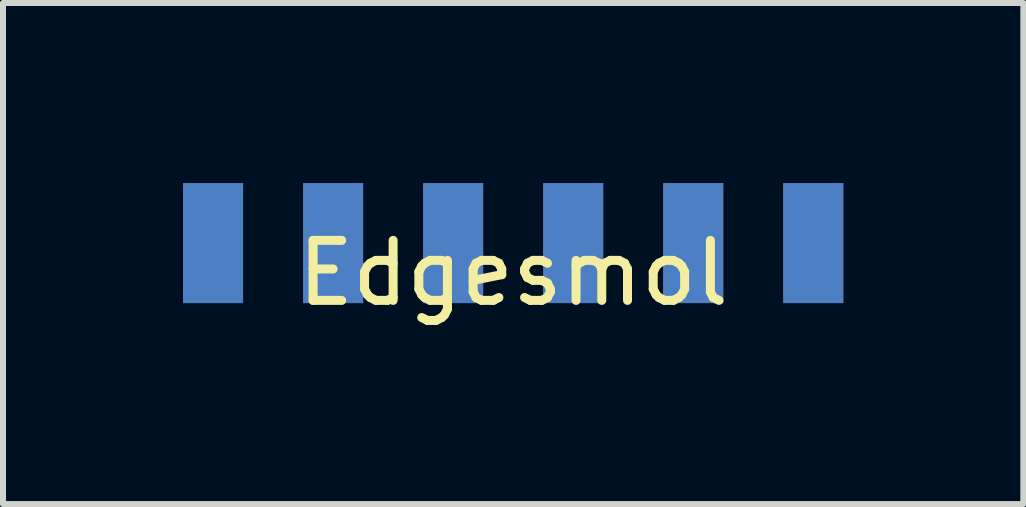
<source format=kicad_pcb>
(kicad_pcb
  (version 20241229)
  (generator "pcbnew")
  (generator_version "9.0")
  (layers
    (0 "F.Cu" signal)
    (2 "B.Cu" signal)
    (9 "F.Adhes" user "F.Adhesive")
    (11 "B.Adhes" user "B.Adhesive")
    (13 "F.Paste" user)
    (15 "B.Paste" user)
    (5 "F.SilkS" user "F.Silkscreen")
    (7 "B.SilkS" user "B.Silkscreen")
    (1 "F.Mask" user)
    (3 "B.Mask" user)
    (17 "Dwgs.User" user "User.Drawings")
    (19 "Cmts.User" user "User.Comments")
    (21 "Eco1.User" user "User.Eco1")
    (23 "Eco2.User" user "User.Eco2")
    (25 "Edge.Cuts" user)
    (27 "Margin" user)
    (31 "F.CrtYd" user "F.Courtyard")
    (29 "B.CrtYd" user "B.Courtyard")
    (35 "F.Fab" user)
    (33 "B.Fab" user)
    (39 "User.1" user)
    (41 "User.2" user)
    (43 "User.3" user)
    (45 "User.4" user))
  (footprint "Edgesmol"
    (layer "F.Cu")
    (at 4.5 1)
    (property "Reference" "Edgesmol" (at 1 0.5 0) (layer "F.SilkS") (effects (font (size 1 1) (thickness 0.15))))
    (attr through_hole)
    (pad "1" connect rect (at 6 0) (size 1 2) (layers "F.Cu" "F.Mask"))
    (pad "1" connect rect (at 6 0) (size 1 2) (layers "B.Cu" "B.Mask"))
    (pad "2" connect rect (at 4 0) (size 1 2) (layers "F.Cu" "F.Mask"))
    (pad "2" connect rect (at 4 0) (size 1 2) (layers "B.Cu" "B.Mask"))
    (pad "3" connect rect (at 2 0) (size 1 2) (layers "F.Cu" "F.Mask"))
    (pad "3" connect rect (at 2 0) (size 1 2) (layers "B.Cu" "B.Mask"))
    (pad "4" connect rect (at 0 0) (size 1 2) (layers "F.Cu" "F.Mask"))
    (pad "4" connect rect (at 0 0) (size 1 2) (layers "B.Cu" "B.Mask"))
    (pad "5" connect rect (at -2 0) (size 1 2) (layers "F.Cu" "F.Mask"))
    (pad "5" connect rect (at -2 0) (size 1 2) (layers "B.Cu" "B.Mask"))
    (pad "6" connect rect (at -4 0) (size 1 2) (layers "F.Cu" "F.Mask"))
    (pad "6" connect rect (at -4 0) (size 1 2) (layers "B.Cu" "B.Mask")))
  (gr_rect
    (start -3 -3)
    (end 14 5.348)
    (stroke (width 0.1) (type default))
    (fill no)
    (layer "Edge.Cuts")))
</source>
